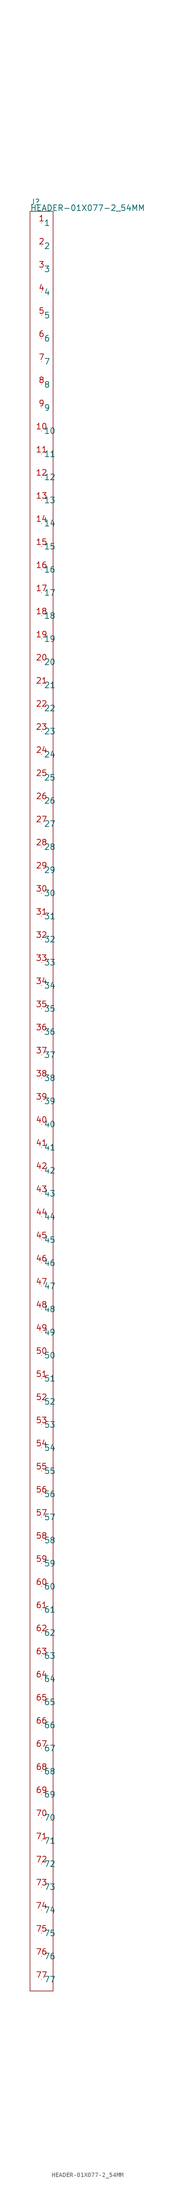
<source format=kicad_sym>
(kicad_symbol_lib
  (version 20211014)
  (generator kicad_symbol_editor)
  (symbol "HEADER-01X077-2_54MM"
    (pin_names)
    (property "Reference" "J"
      (at -2.54 196.85 0)
      (effects (font (size 1.27 1.27)) (justify left bottom)))
    (property "Value" "HEADER-01X077-2_54MM"
      (at -2.54 195.58 0)
      (effects (font (size 1.27 1.27)) (justify left bottom)))
    (property "Datasheet" ""
      (at 0 0 0))
    (property "ki_description" "Header 1x77  - Header Vertical 77POS 2.54MM Technical Specifications: Pitch: 0.1\" (2.54mm) "
      (at 0 0 0))
    (property "ki_fp_filters" "FlashPCB_Connectors:HEADER-THT-01X077-2_54MM FlashPCB_Connectors:HEADER-THT-LONG-01X077-2_54MM FlashPCB_Connectors:HEADER-THT-NOSILK-01X077-2_54MM FlashPCB_Connectors:HEADER-THT-LONG-NOSILK-01X077-2_54MM"
      (at 0 0 0))
    (symbol "HEADER-01X077-2_54MM_1_1"
      (polyline (pts (xy -2.54 195.58) (xy 2.54 195.58)) (stroke (width 0.127)) (fill (type none)))
      (polyline (pts (xy 2.54 195.58) (xy 2.54 -195.58)) (stroke (width 0.127)) (fill (type none)))
      (polyline (pts (xy 2.54 -195.58) (xy -2.54 -195.58)) (stroke (width 0.127)) (fill (type none)))
      (polyline (pts (xy -2.54 -195.58) (xy -2.54 195.58)) (stroke (width 0.127)) (fill (type none)))
      (pin bidirectional line (at 0 193.04 0) (length 0) (name "1" (effects (font (size 1.27 1.27)))) (number "1" (effects (font (size 1.27 1.27)))))
      (pin bidirectional line (at 0 187.96 0) (length 0) (name "2" (effects (font (size 1.27 1.27)))) (number "2" (effects (font (size 1.27 1.27)))))
      (pin bidirectional line (at 0 182.88 0) (length 0) (name "3" (effects (font (size 1.27 1.27)))) (number "3" (effects (font (size 1.27 1.27)))))
      (pin bidirectional line (at 0 177.8 0) (length 0) (name "4" (effects (font (size 1.27 1.27)))) (number "4" (effects (font (size 1.27 1.27)))))
      (pin bidirectional line (at 0 172.72 0) (length 0) (name "5" (effects (font (size 1.27 1.27)))) (number "5" (effects (font (size 1.27 1.27)))))
      (pin bidirectional line (at 0 167.64 0) (length 0) (name "6" (effects (font (size 1.27 1.27)))) (number "6" (effects (font (size 1.27 1.27)))))
      (pin bidirectional line (at 0 162.56 0) (length 0) (name "7" (effects (font (size 1.27 1.27)))) (number "7" (effects (font (size 1.27 1.27)))))
      (pin bidirectional line (at 0 157.48 0) (length 0) (name "8" (effects (font (size 1.27 1.27)))) (number "8" (effects (font (size 1.27 1.27)))))
      (pin bidirectional line (at 0 152.4 0) (length 0) (name "9" (effects (font (size 1.27 1.27)))) (number "9" (effects (font (size 1.27 1.27)))))
      (pin bidirectional line (at 0 147.32 0) (length 0) (name "10" (effects (font (size 1.27 1.27)))) (number "10" (effects (font (size 1.27 1.27)))))
      (pin bidirectional line (at 0 142.24 0) (length 0) (name "11" (effects (font (size 1.27 1.27)))) (number "11" (effects (font (size 1.27 1.27)))))
      (pin bidirectional line (at 0 137.16 0) (length 0) (name "12" (effects (font (size 1.27 1.27)))) (number "12" (effects (font (size 1.27 1.27)))))
      (pin bidirectional line (at 0 132.08 0) (length 0) (name "13" (effects (font (size 1.27 1.27)))) (number "13" (effects (font (size 1.27 1.27)))))
      (pin bidirectional line (at 0 127 0) (length 0) (name "14" (effects (font (size 1.27 1.27)))) (number "14" (effects (font (size 1.27 1.27)))))
      (pin bidirectional line (at 0 121.92 0) (length 0) (name "15" (effects (font (size 1.27 1.27)))) (number "15" (effects (font (size 1.27 1.27)))))
      (pin bidirectional line (at 0 116.84 0) (length 0) (name "16" (effects (font (size 1.27 1.27)))) (number "16" (effects (font (size 1.27 1.27)))))
      (pin bidirectional line (at 0 111.76 0) (length 0) (name "17" (effects (font (size 1.27 1.27)))) (number "17" (effects (font (size 1.27 1.27)))))
      (pin bidirectional line (at 0 106.68 0) (length 0) (name "18" (effects (font (size 1.27 1.27)))) (number "18" (effects (font (size 1.27 1.27)))))
      (pin bidirectional line (at 0 101.6 0) (length 0) (name "19" (effects (font (size 1.27 1.27)))) (number "19" (effects (font (size 1.27 1.27)))))
      (pin bidirectional line (at 0 96.52 0) (length 0) (name "20" (effects (font (size 1.27 1.27)))) (number "20" (effects (font (size 1.27 1.27)))))
      (pin bidirectional line (at 0 91.44 0) (length 0) (name "21" (effects (font (size 1.27 1.27)))) (number "21" (effects (font (size 1.27 1.27)))))
      (pin bidirectional line (at 0 86.36 0) (length 0) (name "22" (effects (font (size 1.27 1.27)))) (number "22" (effects (font (size 1.27 1.27)))))
      (pin bidirectional line (at 0 81.28 0) (length 0) (name "23" (effects (font (size 1.27 1.27)))) (number "23" (effects (font (size 1.27 1.27)))))
      (pin bidirectional line (at 0 76.2 0) (length 0) (name "24" (effects (font (size 1.27 1.27)))) (number "24" (effects (font (size 1.27 1.27)))))
      (pin bidirectional line (at 0 71.12 0) (length 0) (name "25" (effects (font (size 1.27 1.27)))) (number "25" (effects (font (size 1.27 1.27)))))
      (pin bidirectional line (at 0 66.04 0) (length 0) (name "26" (effects (font (size 1.27 1.27)))) (number "26" (effects (font (size 1.27 1.27)))))
      (pin bidirectional line (at 0 60.96 0) (length 0) (name "27" (effects (font (size 1.27 1.27)))) (number "27" (effects (font (size 1.27 1.27)))))
      (pin bidirectional line (at 0 55.88 0) (length 0) (name "28" (effects (font (size 1.27 1.27)))) (number "28" (effects (font (size 1.27 1.27)))))
      (pin bidirectional line (at 0 50.8 0) (length 0) (name "29" (effects (font (size 1.27 1.27)))) (number "29" (effects (font (size 1.27 1.27)))))
      (pin bidirectional line (at 0 45.72 0) (length 0) (name "30" (effects (font (size 1.27 1.27)))) (number "30" (effects (font (size 1.27 1.27)))))
      (pin bidirectional line (at 0 40.64 0) (length 0) (name "31" (effects (font (size 1.27 1.27)))) (number "31" (effects (font (size 1.27 1.27)))))
      (pin bidirectional line (at 0 35.56 0) (length 0) (name "32" (effects (font (size 1.27 1.27)))) (number "32" (effects (font (size 1.27 1.27)))))
      (pin bidirectional line (at 0 30.48 0) (length 0) (name "33" (effects (font (size 1.27 1.27)))) (number "33" (effects (font (size 1.27 1.27)))))
      (pin bidirectional line (at 0 25.4 0) (length 0) (name "34" (effects (font (size 1.27 1.27)))) (number "34" (effects (font (size 1.27 1.27)))))
      (pin bidirectional line (at 0 20.32 0) (length 0) (name "35" (effects (font (size 1.27 1.27)))) (number "35" (effects (font (size 1.27 1.27)))))
      (pin bidirectional line (at 0 15.24 0) (length 0) (name "36" (effects (font (size 1.27 1.27)))) (number "36" (effects (font (size 1.27 1.27)))))
      (pin bidirectional line (at 0 10.16 0) (length 0) (name "37" (effects (font (size 1.27 1.27)))) (number "37" (effects (font (size 1.27 1.27)))))
      (pin bidirectional line (at 0 5.08 0) (length 0) (name "38" (effects (font (size 1.27 1.27)))) (number "38" (effects (font (size 1.27 1.27)))))
      (pin bidirectional line (at 0 0 0) (length 0) (name "39" (effects (font (size 1.27 1.27)))) (number "39" (effects (font (size 1.27 1.27)))))
      (pin bidirectional line (at 0 -5.08 0) (length 0) (name "40" (effects (font (size 1.27 1.27)))) (number "40" (effects (font (size 1.27 1.27)))))
      (pin bidirectional line (at 0 -10.16 0) (length 0) (name "41" (effects (font (size 1.27 1.27)))) (number "41" (effects (font (size 1.27 1.27)))))
      (pin bidirectional line (at 0 -15.24 0) (length 0) (name "42" (effects (font (size 1.27 1.27)))) (number "42" (effects (font (size 1.27 1.27)))))
      (pin bidirectional line (at 0 -20.32 0) (length 0) (name "43" (effects (font (size 1.27 1.27)))) (number "43" (effects (font (size 1.27 1.27)))))
      (pin bidirectional line (at 0 -25.4 0) (length 0) (name "44" (effects (font (size 1.27 1.27)))) (number "44" (effects (font (size 1.27 1.27)))))
      (pin bidirectional line (at 0 -30.48 0) (length 0) (name "45" (effects (font (size 1.27 1.27)))) (number "45" (effects (font (size 1.27 1.27)))))
      (pin bidirectional line (at 0 -35.56 0) (length 0) (name "46" (effects (font (size 1.27 1.27)))) (number "46" (effects (font (size 1.27 1.27)))))
      (pin bidirectional line (at 0 -40.64 0) (length 0) (name "47" (effects (font (size 1.27 1.27)))) (number "47" (effects (font (size 1.27 1.27)))))
      (pin bidirectional line (at 0 -45.72 0) (length 0) (name "48" (effects (font (size 1.27 1.27)))) (number "48" (effects (font (size 1.27 1.27)))))
      (pin bidirectional line (at 0 -50.8 0) (length 0) (name "49" (effects (font (size 1.27 1.27)))) (number "49" (effects (font (size 1.27 1.27)))))
      (pin bidirectional line (at 0 -55.88 0) (length 0) (name "50" (effects (font (size 1.27 1.27)))) (number "50" (effects (font (size 1.27 1.27)))))
      (pin bidirectional line (at 0 -60.96 0) (length 0) (name "51" (effects (font (size 1.27 1.27)))) (number "51" (effects (font (size 1.27 1.27)))))
      (pin bidirectional line (at 0 -66.04 0) (length 0) (name "52" (effects (font (size 1.27 1.27)))) (number "52" (effects (font (size 1.27 1.27)))))
      (pin bidirectional line (at 0 -71.12 0) (length 0) (name "53" (effects (font (size 1.27 1.27)))) (number "53" (effects (font (size 1.27 1.27)))))
      (pin bidirectional line (at 0 -76.2 0) (length 0) (name "54" (effects (font (size 1.27 1.27)))) (number "54" (effects (font (size 1.27 1.27)))))
      (pin bidirectional line (at 0 -81.28 0) (length 0) (name "55" (effects (font (size 1.27 1.27)))) (number "55" (effects (font (size 1.27 1.27)))))
      (pin bidirectional line (at 0 -86.36 0) (length 0) (name "56" (effects (font (size 1.27 1.27)))) (number "56" (effects (font (size 1.27 1.27)))))
      (pin bidirectional line (at 0 -91.44 0) (length 0) (name "57" (effects (font (size 1.27 1.27)))) (number "57" (effects (font (size 1.27 1.27)))))
      (pin bidirectional line (at 0 -96.52 0) (length 0) (name "58" (effects (font (size 1.27 1.27)))) (number "58" (effects (font (size 1.27 1.27)))))
      (pin bidirectional line (at 0 -101.6 0) (length 0) (name "59" (effects (font (size 1.27 1.27)))) (number "59" (effects (font (size 1.27 1.27)))))
      (pin bidirectional line (at 0 -106.68 0) (length 0) (name "60" (effects (font (size 1.27 1.27)))) (number "60" (effects (font (size 1.27 1.27)))))
      (pin bidirectional line (at 0 -111.76 0) (length 0) (name "61" (effects (font (size 1.27 1.27)))) (number "61" (effects (font (size 1.27 1.27)))))
      (pin bidirectional line (at 0 -116.84 0) (length 0) (name "62" (effects (font (size 1.27 1.27)))) (number "62" (effects (font (size 1.27 1.27)))))
      (pin bidirectional line (at 0 -121.92 0) (length 0) (name "63" (effects (font (size 1.27 1.27)))) (number "63" (effects (font (size 1.27 1.27)))))
      (pin bidirectional line (at 0 -127 0) (length 0) (name "64" (effects (font (size 1.27 1.27)))) (number "64" (effects (font (size 1.27 1.27)))))
      (pin bidirectional line (at 0 -132.08 0) (length 0) (name "65" (effects (font (size 1.27 1.27)))) (number "65" (effects (font (size 1.27 1.27)))))
      (pin bidirectional line (at 0 -137.16 0) (length 0) (name "66" (effects (font (size 1.27 1.27)))) (number "66" (effects (font (size 1.27 1.27)))))
      (pin bidirectional line (at 0 -142.24 0) (length 0) (name "67" (effects (font (size 1.27 1.27)))) (number "67" (effects (font (size 1.27 1.27)))))
      (pin bidirectional line (at 0 -147.32 0) (length 0) (name "68" (effects (font (size 1.27 1.27)))) (number "68" (effects (font (size 1.27 1.27)))))
      (pin bidirectional line (at 0 -152.4 0) (length 0) (name "69" (effects (font (size 1.27 1.27)))) (number "69" (effects (font (size 1.27 1.27)))))
      (pin bidirectional line (at 0 -157.48 0) (length 0) (name "70" (effects (font (size 1.27 1.27)))) (number "70" (effects (font (size 1.27 1.27)))))
      (pin bidirectional line (at 0 -162.56 0) (length 0) (name "71" (effects (font (size 1.27 1.27)))) (number "71" (effects (font (size 1.27 1.27)))))
      (pin bidirectional line (at 0 -167.64 0) (length 0) (name "72" (effects (font (size 1.27 1.27)))) (number "72" (effects (font (size 1.27 1.27)))))
      (pin bidirectional line (at 0 -172.72 0) (length 0) (name "73" (effects (font (size 1.27 1.27)))) (number "73" (effects (font (size 1.27 1.27)))))
      (pin bidirectional line (at 0 -177.8 0) (length 0) (name "74" (effects (font (size 1.27 1.27)))) (number "74" (effects (font (size 1.27 1.27)))))
      (pin bidirectional line (at 0 -182.88 0) (length 0) (name "75" (effects (font (size 1.27 1.27)))) (number "75" (effects (font (size 1.27 1.27)))))
      (pin bidirectional line (at 0 -187.96 0) (length 0) (name "76" (effects (font (size 1.27 1.27)))) (number "76" (effects (font (size 1.27 1.27)))))
      (pin bidirectional line (at 0 -193.04 0) (length 0) (name "77" (effects (font (size 1.27 1.27)))) (number "77" (effects (font (size 1.27 1.27))))))))
</source>
